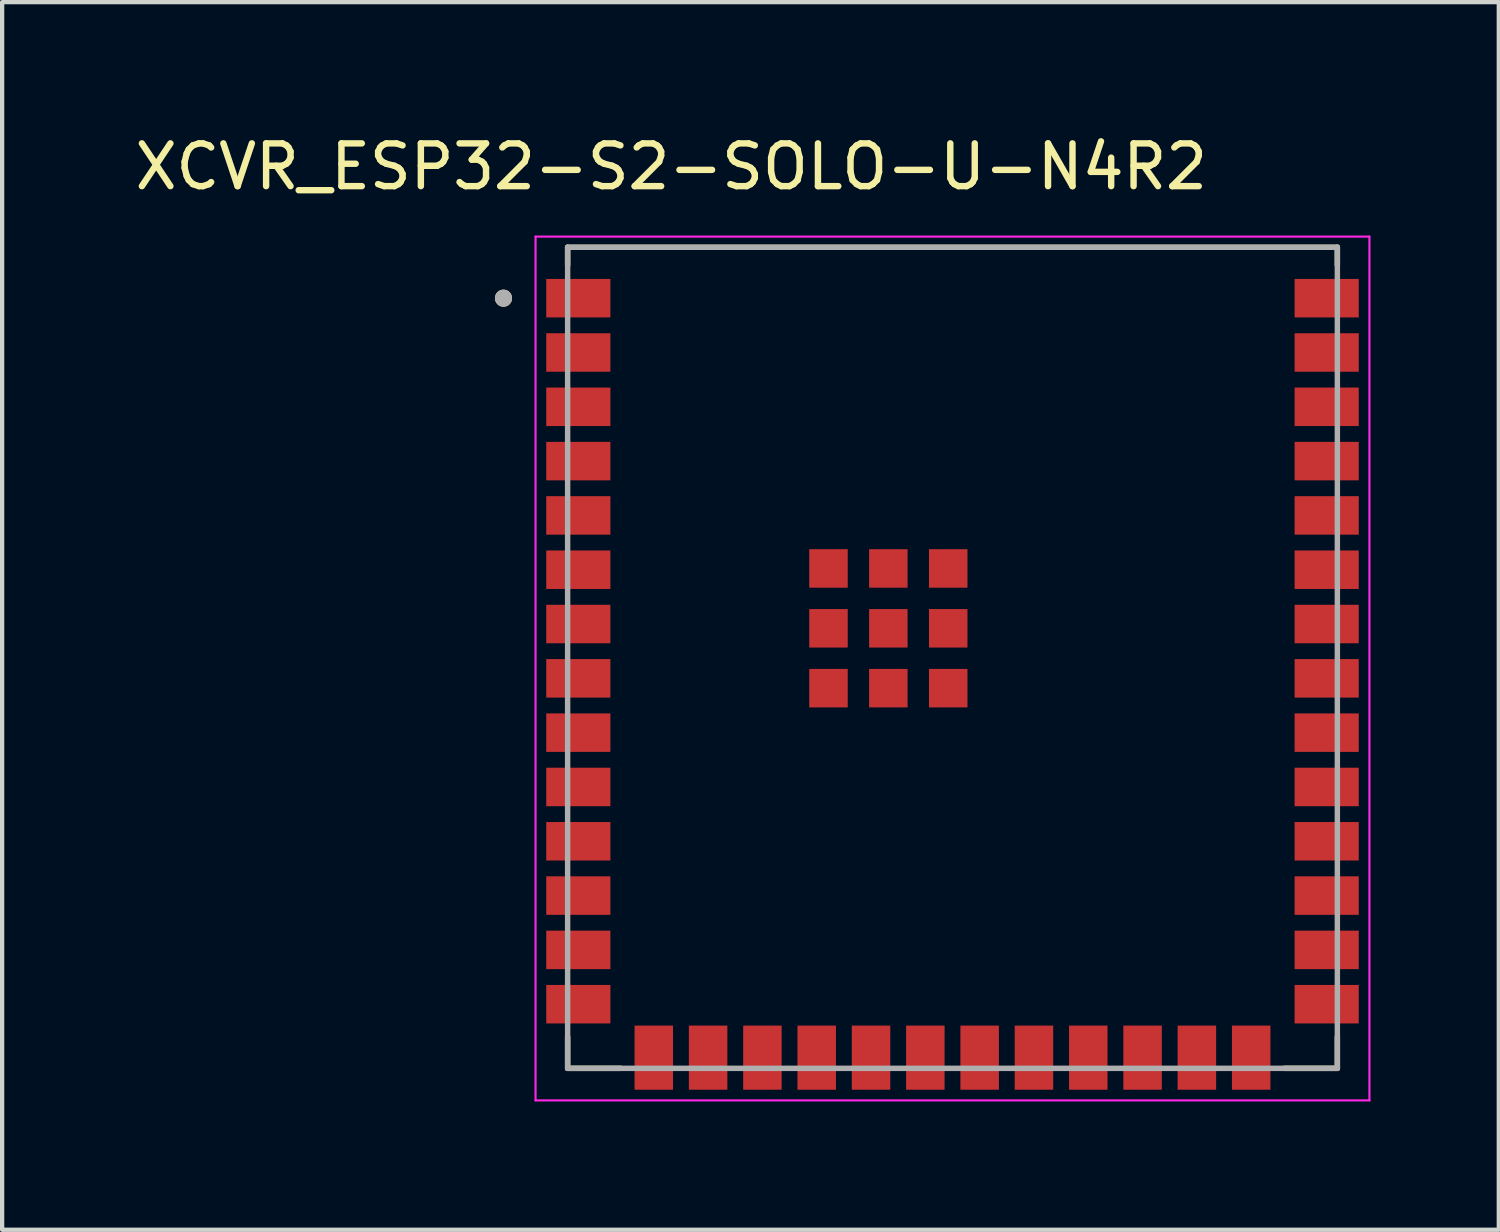
<source format=kicad_pcb>
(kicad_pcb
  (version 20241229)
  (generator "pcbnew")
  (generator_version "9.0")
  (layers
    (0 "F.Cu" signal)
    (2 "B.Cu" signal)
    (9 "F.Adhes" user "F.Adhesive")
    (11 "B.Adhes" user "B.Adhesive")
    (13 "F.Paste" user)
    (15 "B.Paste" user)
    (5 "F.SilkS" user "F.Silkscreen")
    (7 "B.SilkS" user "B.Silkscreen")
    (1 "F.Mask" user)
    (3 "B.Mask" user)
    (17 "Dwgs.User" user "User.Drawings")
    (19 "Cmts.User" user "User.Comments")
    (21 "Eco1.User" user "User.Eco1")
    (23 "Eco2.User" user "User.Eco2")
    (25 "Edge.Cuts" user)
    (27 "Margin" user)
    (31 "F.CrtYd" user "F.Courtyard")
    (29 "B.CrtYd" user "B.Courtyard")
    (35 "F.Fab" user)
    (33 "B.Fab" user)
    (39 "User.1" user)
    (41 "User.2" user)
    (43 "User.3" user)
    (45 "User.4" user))
  (footprint "XCVR_ESP32-S2-SOLO-U-N4R2"
    (layer "F.Cu")
    (at 19.224 12.333)
    (property "Reference" "XCVR_ESP32-S2-SOLO-U-N4R2" (at -6.575 -11.485 0) (layer "F.SilkS") (effects (font (size 1 1) (thickness 0.15))))
    (attr smd)
    (fp_line (start -9 -9.6) (end 9 -9.6) (stroke (width 0.127) (type solid)) (layer "F.SilkS"))
    (fp_line (start -9 -9.18) (end -9 -9.6) (stroke (width 0.127) (type solid)) (layer "F.SilkS"))
    (fp_line (start -9 9.6) (end -9 8.87) (stroke (width 0.127) (type solid)) (layer "F.SilkS"))
    (fp_line (start -7.755 9.6) (end -9 9.6) (stroke (width 0.127) (type solid)) (layer "F.SilkS"))
    (fp_line (start 9 -9.6) (end 9 -9.18) (stroke (width 0.127) (type solid)) (layer "F.SilkS"))
    (fp_line (start 9 9.6) (end 7.755 9.6) (stroke (width 0.127) (type solid)) (layer "F.SilkS"))
    (fp_line (start 9 9.6) (end 9 8.87) (stroke (width 0.127) (type solid)) (layer "F.SilkS"))
    (fp_circle (center -10.5 -8.41) (end -10.4 -8.41) (stroke (width 0.2) (type solid)) (fill no) (layer "F.SilkS"))
    (fp_line (start -9.75 -9.85) (end -9.75 10.35) (stroke (width 0.05) (type solid)) (layer "F.CrtYd"))
    (fp_line (start -9.75 10.35) (end 9.75 10.35) (stroke (width 0.05) (type solid)) (layer "F.CrtYd"))
    (fp_line (start 9.75 -9.85) (end -9.75 -9.85) (stroke (width 0.05) (type solid)) (layer "F.CrtYd"))
    (fp_line (start 9.75 10.35) (end 9.75 -9.85) (stroke (width 0.05) (type solid)) (layer "F.CrtYd"))
    (fp_line (start -9 -9.6) (end 9 -9.6) (stroke (width 0.127) (type solid)) (layer "F.Fab"))
    (fp_line (start -9 9.6) (end -9 -9.6) (stroke (width 0.127) (type solid)) (layer "F.Fab"))
    (fp_line (start 9 -9.6) (end 9 9.6) (stroke (width 0.127) (type solid)) (layer "F.Fab"))
    (fp_line (start 9 9.6) (end -9 9.6) (stroke (width 0.127) (type solid)) (layer "F.Fab"))
    (fp_circle (center -10.5 -8.41) (end -10.4 -8.41) (stroke (width 0.2) (type solid)) (fill no) (layer "F.Fab"))
    (pad "1" smd rect (at -8.75 -8.41) (size 1.5 0.9) (layers "F.Cu" "F.Mask" "F.Paste"))
    (pad "2" smd rect (at -8.75 -7.14) (size 1.5 0.9) (layers "F.Cu" "F.Mask" "F.Paste"))
    (pad "3" smd rect (at -8.75 -5.87) (size 1.5 0.9) (layers "F.Cu" "F.Mask" "F.Paste"))
    (pad "4" smd rect (at -8.75 -4.6) (size 1.5 0.9) (layers "F.Cu" "F.Mask" "F.Paste"))
    (pad "5" smd rect (at -8.75 -3.33) (size 1.5 0.9) (layers "F.Cu" "F.Mask" "F.Paste"))
    (pad "6" smd rect (at -8.75 -2.06) (size 1.5 0.9) (layers "F.Cu" "F.Mask" "F.Paste"))
    (pad "7" smd rect (at -8.75 -0.79) (size 1.5 0.9) (layers "F.Cu" "F.Mask" "F.Paste"))
    (pad "8" smd rect (at -8.75 0.48) (size 1.5 0.9) (layers "F.Cu" "F.Mask" "F.Paste"))
    (pad "9" smd rect (at -8.75 1.75) (size 1.5 0.9) (layers "F.Cu" "F.Mask" "F.Paste"))
    (pad "10" smd rect (at -8.75 3.02) (size 1.5 0.9) (layers "F.Cu" "F.Mask" "F.Paste"))
    (pad "11" smd rect (at -8.75 4.29) (size 1.5 0.9) (layers "F.Cu" "F.Mask" "F.Paste"))
    (pad "12" smd rect (at -8.75 5.56) (size 1.5 0.9) (layers "F.Cu" "F.Mask" "F.Paste"))
    (pad "13" smd rect (at -8.75 6.83) (size 1.5 0.9) (layers "F.Cu" "F.Mask" "F.Paste"))
    (pad "14" smd rect (at -8.75 8.1) (size 1.5 0.9) (layers "F.Cu" "F.Mask" "F.Paste"))
    (pad "15" smd rect (at -6.985 9.35) (size 0.9 1.5) (layers "F.Cu" "F.Mask" "F.Paste"))
    (pad "16" smd rect (at -5.715 9.35) (size 0.9 1.5) (layers "F.Cu" "F.Mask" "F.Paste"))
    (pad "17" smd rect (at -4.445 9.35) (size 0.9 1.5) (layers "F.Cu" "F.Mask" "F.Paste"))
    (pad "18" smd rect (at -3.175 9.35) (size 0.9 1.5) (layers "F.Cu" "F.Mask" "F.Paste"))
    (pad "19" smd rect (at -1.905 9.35) (size 0.9 1.5) (layers "F.Cu" "F.Mask" "F.Paste"))
    (pad "20" smd rect (at -0.635 9.35) (size 0.9 1.5) (layers "F.Cu" "F.Mask" "F.Paste"))
    (pad "21" smd rect (at 0.635 9.35) (size 0.9 1.5) (layers "F.Cu" "F.Mask" "F.Paste"))
    (pad "22" smd rect (at 1.905 9.35) (size 0.9 1.5) (layers "F.Cu" "F.Mask" "F.Paste"))
    (pad "23" smd rect (at 3.175 9.35) (size 0.9 1.5) (layers "F.Cu" "F.Mask" "F.Paste"))
    (pad "24" smd rect (at 4.445 9.35) (size 0.9 1.5) (layers "F.Cu" "F.Mask" "F.Paste"))
    (pad "25" smd rect (at 5.715 9.35) (size 0.9 1.5) (layers "F.Cu" "F.Mask" "F.Paste"))
    (pad "26" smd rect (at 6.985 9.35) (size 0.9 1.5) (layers "F.Cu" "F.Mask" "F.Paste"))
    (pad "27" smd rect (at 8.75 8.1) (size 1.5 0.9) (layers "F.Cu" "F.Mask" "F.Paste"))
    (pad "28" smd rect (at 8.75 6.83) (size 1.5 0.9) (layers "F.Cu" "F.Mask" "F.Paste"))
    (pad "29" smd rect (at 8.75 5.56) (size 1.5 0.9) (layers "F.Cu" "F.Mask" "F.Paste"))
    (pad "30" smd rect (at 8.75 4.29) (size 1.5 0.9) (layers "F.Cu" "F.Mask" "F.Paste"))
    (pad "31" smd rect (at 8.75 3.02) (size 1.5 0.9) (layers "F.Cu" "F.Mask" "F.Paste"))
    (pad "32" smd rect (at 8.75 1.75) (size 1.5 0.9) (layers "F.Cu" "F.Mask" "F.Paste"))
    (pad "33" smd rect (at 8.75 0.48) (size 1.5 0.9) (layers "F.Cu" "F.Mask" "F.Paste"))
    (pad "34" smd rect (at 8.75 -0.79) (size 1.5 0.9) (layers "F.Cu" "F.Mask" "F.Paste"))
    (pad "35" smd rect (at 8.75 -2.06) (size 1.5 0.9) (layers "F.Cu" "F.Mask" "F.Paste"))
    (pad "36" smd rect (at 8.75 -3.33) (size 1.5 0.9) (layers "F.Cu" "F.Mask" "F.Paste"))
    (pad "37" smd rect (at 8.75 -4.6) (size 1.5 0.9) (layers "F.Cu" "F.Mask" "F.Paste"))
    (pad "38" smd rect (at 8.75 -5.87) (size 1.5 0.9) (layers "F.Cu" "F.Mask" "F.Paste"))
    (pad "39" smd rect (at 8.75 -7.14) (size 1.5 0.9) (layers "F.Cu" "F.Mask" "F.Paste"))
    (pad "40" smd rect (at 8.75 -8.41) (size 1.5 0.9) (layers "F.Cu" "F.Mask" "F.Paste"))
    (pad "41_1" smd rect (at -2.9 -2.09) (size 0.9 0.9) (layers "F.Cu" "F.Mask" "F.Paste"))
    (pad "41_2" smd rect (at -1.5 -2.09) (size 0.9 0.9) (layers "F.Cu" "F.Mask" "F.Paste"))
    (pad "41_3" smd rect (at -0.1 -2.09) (size 0.9 0.9) (layers "F.Cu" "F.Mask" "F.Paste"))
    (pad "41_4" smd rect (at -2.9 -0.69) (size 0.9 0.9) (layers "F.Cu" "F.Mask" "F.Paste"))
    (pad "41_5" smd rect (at -1.5 -0.69) (size 0.9 0.9) (layers "F.Cu" "F.Mask" "F.Paste"))
    (pad "41_6" smd rect (at -0.1 -0.69) (size 0.9 0.9) (layers "F.Cu" "F.Mask" "F.Paste"))
    (pad "41_7" smd rect (at -2.9 0.71) (size 0.9 0.9) (layers "F.Cu" "F.Mask" "F.Paste"))
    (pad "41_8" smd rect (at -1.5 0.71) (size 0.9 0.9) (layers "F.Cu" "F.Mask" "F.Paste"))
    (pad "41_9" smd rect (at -0.1 0.71) (size 0.9 0.9) (layers "F.Cu" "F.Mask" "F.Paste")))
  (gr_rect
    (start -3 -3)
    (end 31.999 25.708)
    (stroke (width 0.1) (type default))
    (fill no)
    (layer "Edge.Cuts")))
</source>
